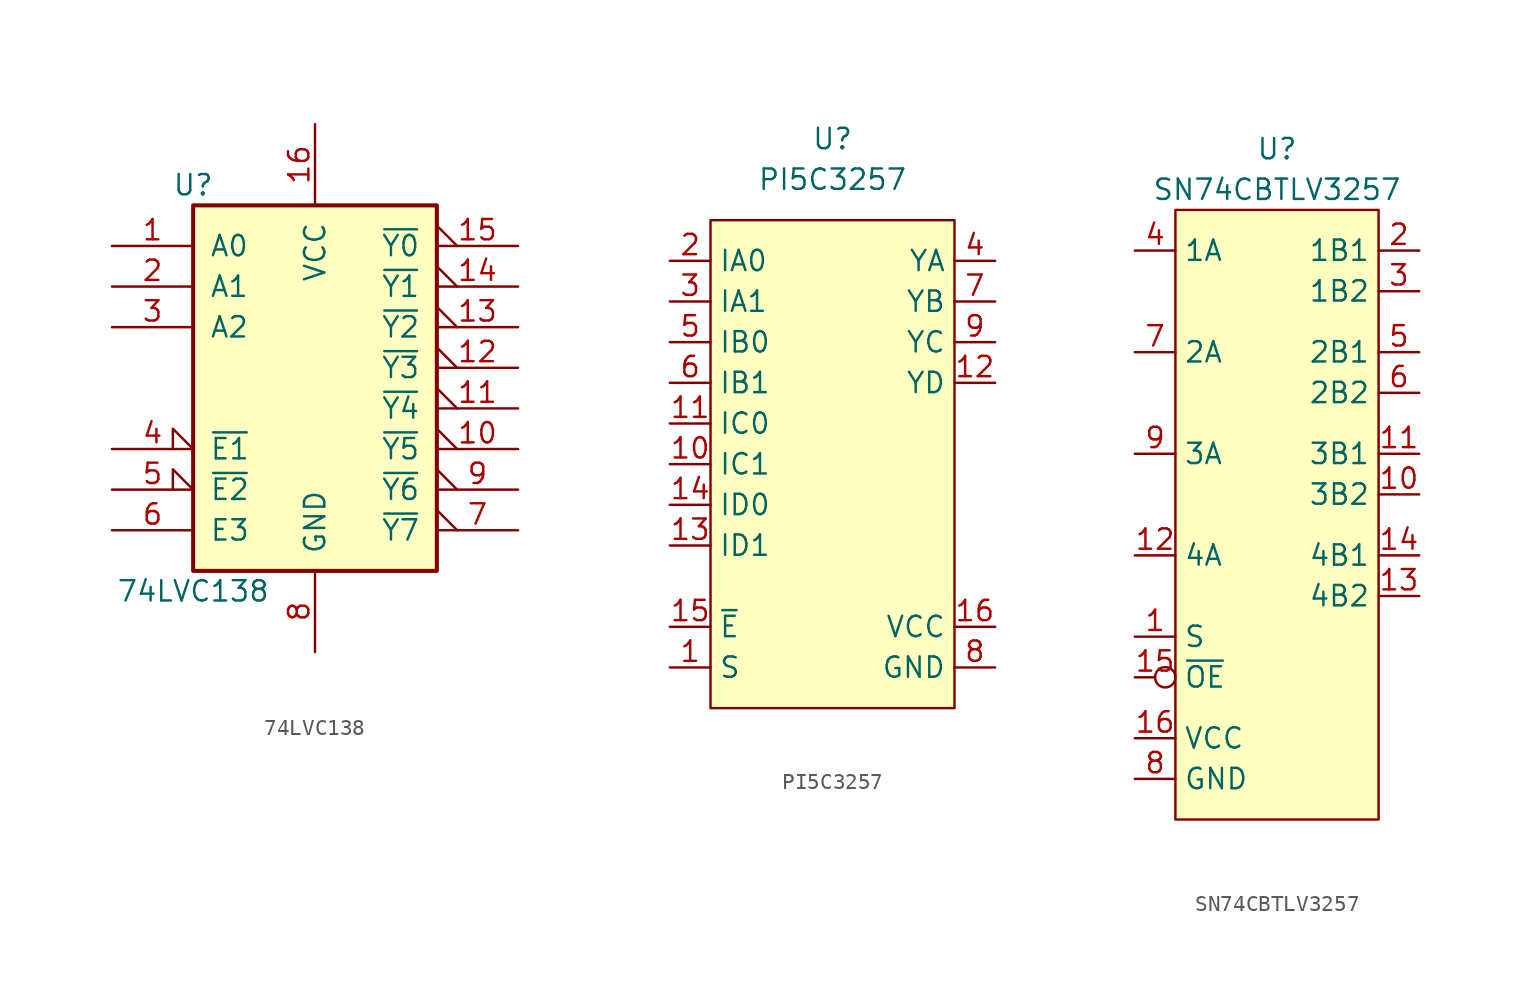
<source format=kicad_sym>
(kicad_symbol_lib
  (version 20231120)
  (generator "kicad_symbol_editor")
  (generator_version "8.0")
  (symbol "74LVC138"
    (pin_names
      (offset 1.016))
    (property "Reference" "U"
      (at -7.62 11.43 0)
      (effects (font (size 1.27 1.27))))
    (property "Value" "74LVC138"
      (at -7.62 -13.97 0)
      (effects (font (size 1.27 1.27))))
    (symbol "74LVC138_1_0"
      (pin input line (at -12.7 7.62 0) (length 5.08) (name "A0" (effects (font (size 1.27 1.27)))) (number "1" (effects (font (size 1.27 1.27)))))
      (pin output output_low (at 12.7 -5.08 180) (length 5.08) (name "~{Y5}" (effects (font (size 1.27 1.27)))) (number "10" (effects (font (size 1.27 1.27)))))
      (pin output output_low (at 12.7 -2.54 180) (length 5.08) (name "~{Y4}" (effects (font (size 1.27 1.27)))) (number "11" (effects (font (size 1.27 1.27)))))
      (pin output output_low (at 12.7 0 180) (length 5.08) (name "~{Y3}" (effects (font (size 1.27 1.27)))) (number "12" (effects (font (size 1.27 1.27)))))
      (pin output output_low (at 12.7 2.54 180) (length 5.08) (name "~{Y2}" (effects (font (size 1.27 1.27)))) (number "13" (effects (font (size 1.27 1.27)))))
      (pin output output_low (at 12.7 5.08 180) (length 5.08) (name "~{Y1}" (effects (font (size 1.27 1.27)))) (number "14" (effects (font (size 1.27 1.27)))))
      (pin output output_low (at 12.7 7.62 180) (length 5.08) (name "~{Y0}" (effects (font (size 1.27 1.27)))) (number "15" (effects (font (size 1.27 1.27)))))
      (pin power_in line (at 0 15.24 270) (length 5.08) (name "VCC" (effects (font (size 1.27 1.27)))) (number "16" (effects (font (size 1.27 1.27)))))
      (pin input line (at -12.7 5.08 0) (length 5.08) (name "A1" (effects (font (size 1.27 1.27)))) (number "2" (effects (font (size 1.27 1.27)))))
      (pin input line (at -12.7 2.54 0) (length 5.08) (name "A2" (effects (font (size 1.27 1.27)))) (number "3" (effects (font (size 1.27 1.27)))))
      (pin input input_low (at -12.7 -5.08 0) (length 5.08) (name "~{E1}" (effects (font (size 1.27 1.27)))) (number "4" (effects (font (size 1.27 1.27)))))
      (pin input input_low (at -12.7 -7.62 0) (length 5.08) (name "~{E2}" (effects (font (size 1.27 1.27)))) (number "5" (effects (font (size 1.27 1.27)))))
      (pin input line (at -12.7 -10.16 0) (length 5.08) (name "E3" (effects (font (size 1.27 1.27)))) (number "6" (effects (font (size 1.27 1.27)))))
      (pin output output_low (at 12.7 -10.16 180) (length 5.08) (name "~{Y7}" (effects (font (size 1.27 1.27)))) (number "7" (effects (font (size 1.27 1.27)))))
      (pin power_in line (at 0 -17.78 90) (length 5.08) (name "GND" (effects (font (size 1.27 1.27)))) (number "8" (effects (font (size 1.27 1.27)))))
      (pin output output_low (at 12.7 -7.62 180) (length 5.08) (name "~{Y6}" (effects (font (size 1.27 1.27)))) (number "9" (effects (font (size 1.27 1.27))))))
    (symbol "74LVC138_1_1"
      (rectangle (start -7.62 10.16) (end 7.62 -12.7) (stroke (width 0.254) (type default)) (fill (type background)))))
  (symbol "PI5C3257"
    (property "Reference" "U"
      (at 0 5.08 0)
      (effects (font (size 1.27 1.27))))
    (property "Value" "PI5C3257"
      (at 0 2.54 0)
      (effects (font (size 1.27 1.27))))
    (symbol "PI5C3257_1_1"
      (rectangle (start -7.62 0) (end 7.62 -30.48) (stroke (width 0) (type default)) (fill (type background)))
      (pin input line (at -10.16 -27.94 0) (length 2.54) (name "S" (effects (font (size 1.27 1.27)))) (number "1" (effects (font (size 1.27 1.27)))))
      (pin input line (at -10.16 -15.24 0) (length 2.54) (name "IC1" (effects (font (size 1.27 1.27)))) (number "10" (effects (font (size 1.27 1.27)))))
      (pin input line (at -10.16 -12.7 0) (length 2.54) (name "IC0" (effects (font (size 1.27 1.27)))) (number "11" (effects (font (size 1.27 1.27)))))
      (pin output line (at 10.16 -10.16 180) (length 2.54) (name "YD" (effects (font (size 1.27 1.27)))) (number "12" (effects (font (size 1.27 1.27)))))
      (pin input line (at -10.16 -20.32 0) (length 2.54) (name "ID1" (effects (font (size 1.27 1.27)))) (number "13" (effects (font (size 1.27 1.27)))))
      (pin input line (at -10.16 -17.78 0) (length 2.54) (name "ID0" (effects (font (size 1.27 1.27)))) (number "14" (effects (font (size 1.27 1.27)))))
      (pin input line (at -10.16 -25.4 0) (length 2.54) (name "~{E}" (effects (font (size 1.27 1.27)))) (number "15" (effects (font (size 1.27 1.27)))))
      (pin power_in line (at 10.16 -25.4 180) (length 2.54) (name "VCC" (effects (font (size 1.27 1.27)))) (number "16" (effects (font (size 1.27 1.27)))))
      (pin input line (at -10.16 -2.54 0) (length 2.54) (name "IA0" (effects (font (size 1.27 1.27)))) (number "2" (effects (font (size 1.27 1.27)))))
      (pin input line (at -10.16 -5.08 0) (length 2.54) (name "IA1" (effects (font (size 1.27 1.27)))) (number "3" (effects (font (size 1.27 1.27)))))
      (pin output line (at 10.16 -2.54 180) (length 2.54) (name "YA" (effects (font (size 1.27 1.27)))) (number "4" (effects (font (size 1.27 1.27)))))
      (pin input line (at -10.16 -7.62 0) (length 2.54) (name "IB0" (effects (font (size 1.27 1.27)))) (number "5" (effects (font (size 1.27 1.27)))))
      (pin input line (at -10.16 -10.16 0) (length 2.54) (name "IB1" (effects (font (size 1.27 1.27)))) (number "6" (effects (font (size 1.27 1.27)))))
      (pin output line (at 10.16 -5.08 180) (length 2.54) (name "YB" (effects (font (size 1.27 1.27)))) (number "7" (effects (font (size 1.27 1.27)))))
      (pin power_in line (at 10.16 -27.94 180) (length 2.54) (name "GND" (effects (font (size 1.27 1.27)))) (number "8" (effects (font (size 1.27 1.27)))))
      (pin output line (at 10.16 -7.62 180) (length 2.54) (name "YC" (effects (font (size 1.27 1.27)))) (number "9" (effects (font (size 1.27 1.27)))))))
  (symbol "SN74CBTLV3257"
    (property "Reference" "U"
      (at 0 3.81 0)
      (effects (font (size 1.27 1.27))))
    (property "Value" "SN74CBTLV3257"
      (at 0 1.27 0)
      (effects (font (size 1.27 1.27))))
    (symbol "SN74CBTLV3257_0_1"
      (rectangle (start -6.35 0) (end 6.35 -38.1) (stroke (width 0) (type default)) (fill (type background))))
    (symbol "SN74CBTLV3257_1_1"
      (pin input line (at -8.89 -26.67 0) (length 2.54) (name "S" (effects (font (size 1.27 1.27)))) (number "1" (effects (font (size 1.27 1.27)))))
      (pin passive line (at 8.89 -17.78 180) (length 2.54) (name "3B2" (effects (font (size 1.27 1.27)))) (number "10" (effects (font (size 1.27 1.27)))))
      (pin passive line (at 8.89 -15.24 180) (length 2.54) (name "3B1" (effects (font (size 1.27 1.27)))) (number "11" (effects (font (size 1.27 1.27)))))
      (pin passive line (at -8.89 -21.59 0) (length 2.54) (name "4A" (effects (font (size 1.27 1.27)))) (number "12" (effects (font (size 1.27 1.27)))))
      (pin passive line (at 8.89 -24.13 180) (length 2.54) (name "4B2" (effects (font (size 1.27 1.27)))) (number "13" (effects (font (size 1.27 1.27)))))
      (pin passive line (at 8.89 -21.59 180) (length 2.54) (name "4B1" (effects (font (size 1.27 1.27)))) (number "14" (effects (font (size 1.27 1.27)))))
      (pin input inverted (at -8.89 -29.21 0) (length 2.54) (name "~{OE}" (effects (font (size 1.27 1.27)))) (number "15" (effects (font (size 1.27 1.27)))))
      (pin power_in line (at -8.89 -33.02 0) (length 2.54) (name "VCC" (effects (font (size 1.27 1.27)))) (number "16" (effects (font (size 1.27 1.27)))))
      (pin passive line (at 8.89 -2.54 180) (length 2.54) (name "1B1" (effects (font (size 1.27 1.27)))) (number "2" (effects (font (size 1.27 1.27)))))
      (pin passive line (at 8.89 -5.08 180) (length 2.54) (name "1B2" (effects (font (size 1.27 1.27)))) (number "3" (effects (font (size 1.27 1.27)))))
      (pin passive line (at -8.89 -2.54 0) (length 2.54) (name "1A" (effects (font (size 1.27 1.27)))) (number "4" (effects (font (size 1.27 1.27)))))
      (pin passive line (at 8.89 -8.89 180) (length 2.54) (name "2B1" (effects (font (size 1.27 1.27)))) (number "5" (effects (font (size 1.27 1.27)))))
      (pin passive line (at 8.89 -11.43 180) (length 2.54) (name "2B2" (effects (font (size 1.27 1.27)))) (number "6" (effects (font (size 1.27 1.27)))))
      (pin passive line (at -8.89 -8.89 0) (length 2.54) (name "2A" (effects (font (size 1.27 1.27)))) (number "7" (effects (font (size 1.27 1.27)))))
      (pin power_in line (at -8.89 -35.56 0) (length 2.54) (name "GND" (effects (font (size 1.27 1.27)))) (number "8" (effects (font (size 1.27 1.27)))))
      (pin passive line (at -8.89 -15.24 0) (length 2.54) (name "3A" (effects (font (size 1.27 1.27)))) (number "9" (effects (font (size 1.27 1.27))))))))
</source>
